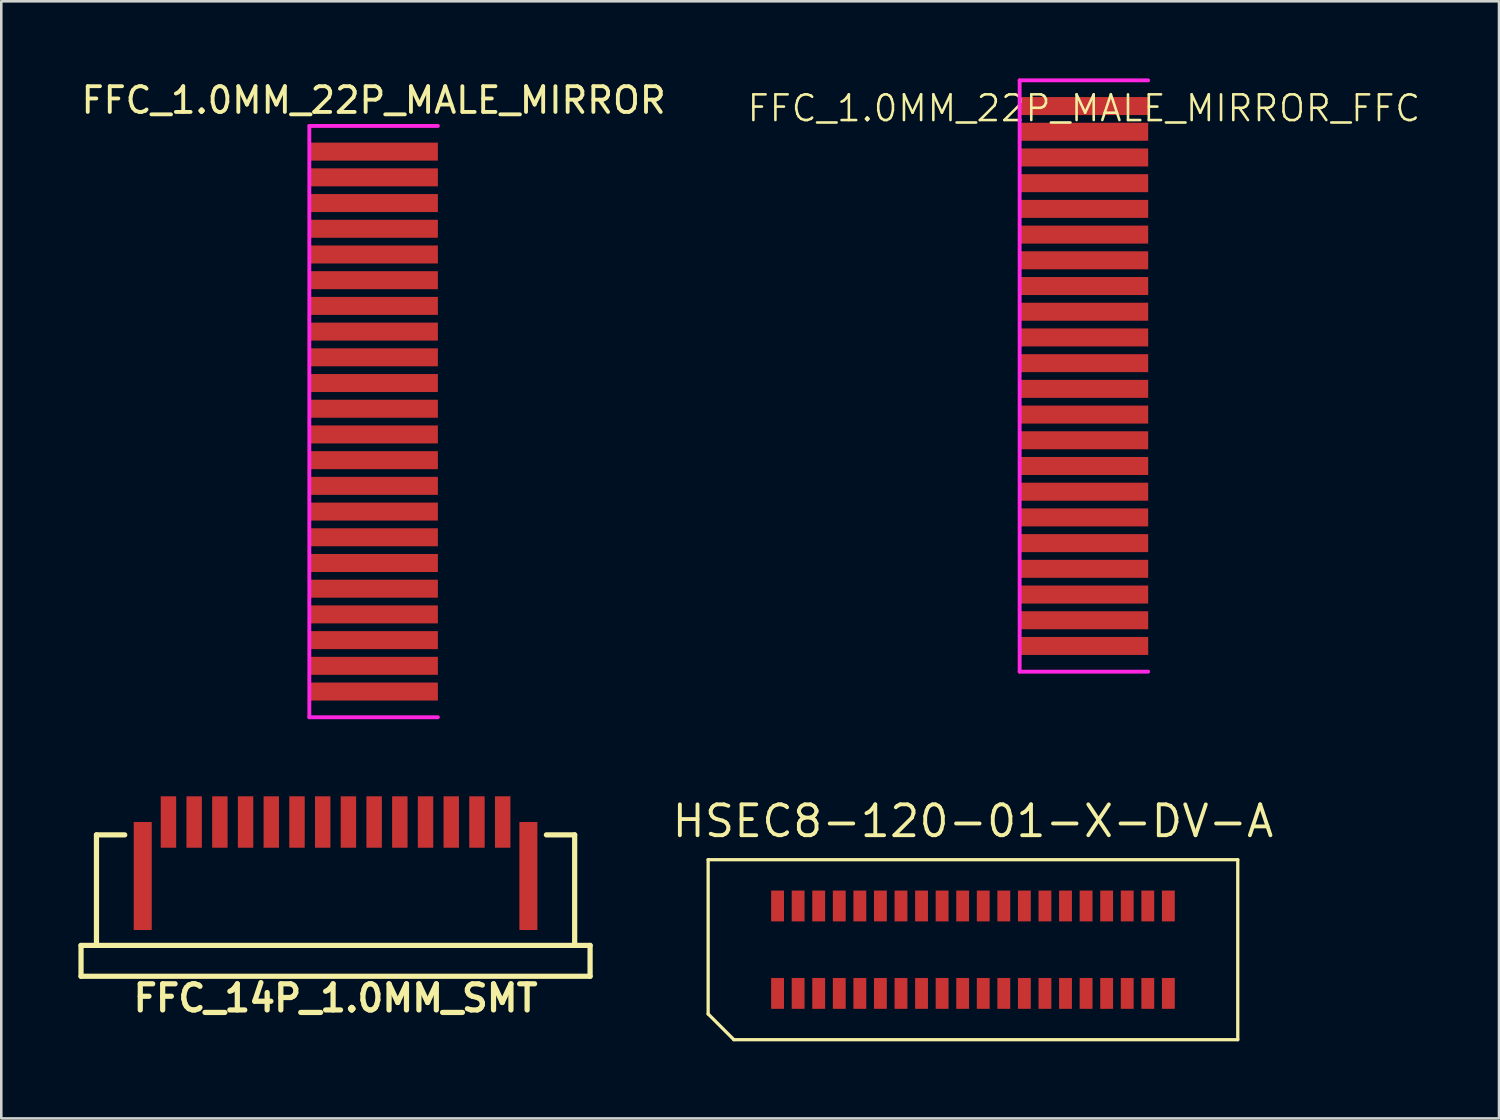
<source format=kicad_pcb>
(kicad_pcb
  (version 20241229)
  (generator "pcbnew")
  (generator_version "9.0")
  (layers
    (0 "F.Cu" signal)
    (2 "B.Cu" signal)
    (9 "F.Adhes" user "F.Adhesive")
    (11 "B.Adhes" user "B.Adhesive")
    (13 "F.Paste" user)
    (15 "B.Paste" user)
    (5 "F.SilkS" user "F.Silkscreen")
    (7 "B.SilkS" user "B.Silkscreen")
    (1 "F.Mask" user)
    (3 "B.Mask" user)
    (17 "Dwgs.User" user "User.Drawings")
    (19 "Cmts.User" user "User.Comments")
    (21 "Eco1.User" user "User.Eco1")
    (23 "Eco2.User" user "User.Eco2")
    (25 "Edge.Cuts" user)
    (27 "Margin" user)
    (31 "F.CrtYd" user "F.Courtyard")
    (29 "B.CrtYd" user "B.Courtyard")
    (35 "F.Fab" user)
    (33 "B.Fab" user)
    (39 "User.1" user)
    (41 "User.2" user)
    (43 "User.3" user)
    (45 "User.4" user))
  (footprint "HSEC8-120-01-X-DV-A"
    (layer "F.Cu")
    (at 34.794 33.889)
    (property "Reference" "HSEC8-120-01-X-DV-A" (at 0 -5 180) (layer "F.SilkS") (effects (font (size 1.2 1.2) (thickness 0.15))))
    (attr through_hole)
    (fp_line (start -10.3 -3.5) (end -10.3 2.5) (stroke (width 0.127) (type solid)) (layer "F.SilkS"))
    (fp_line (start -10.3 -3.5) (end 10.3 -3.5) (stroke (width 0.127) (type solid)) (layer "F.SilkS"))
    (fp_line (start -9.3 3.5) (end -10.3 2.5) (stroke (width 0.127) (type solid)) (layer "F.SilkS"))
    (fp_line (start -9.3 3.5) (end 10.3 3.5) (stroke (width 0.127) (type solid)) (layer "F.SilkS"))
    (fp_line (start 10.3 -3.5) (end 10.3 3.5) (stroke (width 0.127) (type solid)) (layer "F.SilkS"))
    (pad "1" smd rect (at -7.6 1.7) (size 0.5 1.2) (layers "F.Cu" "F.Mask" "F.Paste"))
    (pad "2" smd rect (at -7.6 -1.7) (size 0.5 1.2) (layers "F.Cu" "F.Mask" "F.Paste"))
    (pad "3" smd rect (at -6.8 1.7) (size 0.5 1.2) (layers "F.Cu" "F.Mask" "F.Paste"))
    (pad "4" smd rect (at -6.8 -1.7) (size 0.5 1.2) (layers "F.Cu" "F.Mask" "F.Paste"))
    (pad "5" smd rect (at -6 1.7) (size 0.5 1.2) (layers "F.Cu" "F.Mask" "F.Paste"))
    (pad "6" smd rect (at -6 -1.7) (size 0.5 1.2) (layers "F.Cu" "F.Mask" "F.Paste"))
    (pad "7" smd rect (at -5.2 1.7) (size 0.5 1.2) (layers "F.Cu" "F.Mask" "F.Paste"))
    (pad "8" smd rect (at -5.2 -1.7) (size 0.5 1.2) (layers "F.Cu" "F.Mask" "F.Paste"))
    (pad "9" smd rect (at -4.4 1.7) (size 0.5 1.2) (layers "F.Cu" "F.Mask" "F.Paste"))
    (pad "10" smd rect (at -4.4 -1.7) (size 0.5 1.2) (layers "F.Cu" "F.Mask" "F.Paste"))
    (pad "11" smd rect (at -3.6 1.7) (size 0.5 1.2) (layers "F.Cu" "F.Mask" "F.Paste"))
    (pad "12" smd rect (at -3.6 -1.7) (size 0.5 1.2) (layers "F.Cu" "F.Mask" "F.Paste"))
    (pad "13" smd rect (at -2.8 1.7) (size 0.5 1.2) (layers "F.Cu" "F.Mask" "F.Paste"))
    (pad "14" smd rect (at -2.8 -1.7) (size 0.5 1.2) (layers "F.Cu" "F.Mask" "F.Paste"))
    (pad "15" smd rect (at -2 1.7) (size 0.5 1.2) (layers "F.Cu" "F.Mask" "F.Paste"))
    (pad "16" smd rect (at -2 -1.7) (size 0.5 1.2) (layers "F.Cu" "F.Mask" "F.Paste"))
    (pad "17" smd rect (at -1.2 1.7) (size 0.5 1.2) (layers "F.Cu" "F.Mask" "F.Paste"))
    (pad "18" smd rect (at -1.2 -1.7) (size 0.5 1.2) (layers "F.Cu" "F.Mask" "F.Paste"))
    (pad "19" smd rect (at -0.4 1.7) (size 0.5 1.2) (layers "F.Cu" "F.Mask" "F.Paste"))
    (pad "20" smd rect (at -0.4 -1.7) (size 0.5 1.2) (layers "F.Cu" "F.Mask" "F.Paste"))
    (pad "21" smd rect (at 0.4 1.7) (size 0.5 1.2) (layers "F.Cu" "F.Mask" "F.Paste"))
    (pad "22" smd rect (at 0.4 -1.7) (size 0.5 1.2) (layers "F.Cu" "F.Mask" "F.Paste"))
    (pad "23" smd rect (at 1.2 1.7) (size 0.5 1.2) (layers "F.Cu" "F.Mask" "F.Paste"))
    (pad "24" smd rect (at 1.2 -1.7) (size 0.5 1.2) (layers "F.Cu" "F.Mask" "F.Paste"))
    (pad "25" smd rect (at 2 1.7) (size 0.5 1.2) (layers "F.Cu" "F.Mask" "F.Paste"))
    (pad "26" smd rect (at 2 -1.7) (size 0.5 1.2) (layers "F.Cu" "F.Mask" "F.Paste"))
    (pad "27" smd rect (at 2.8 1.7) (size 0.5 1.2) (layers "F.Cu" "F.Mask" "F.Paste"))
    (pad "28" smd rect (at 2.8 -1.7) (size 0.5 1.2) (layers "F.Cu" "F.Mask" "F.Paste"))
    (pad "29" smd rect (at 3.6 1.7) (size 0.5 1.2) (layers "F.Cu" "F.Mask" "F.Paste"))
    (pad "30" smd rect (at 3.6 -1.7) (size 0.5 1.2) (layers "F.Cu" "F.Mask" "F.Paste"))
    (pad "31" smd rect (at 4.4 1.7) (size 0.5 1.2) (layers "F.Cu" "F.Mask" "F.Paste"))
    (pad "32" smd rect (at 4.4 -1.7) (size 0.5 1.2) (layers "F.Cu" "F.Mask" "F.Paste"))
    (pad "33" smd rect (at 5.2 1.7) (size 0.5 1.2) (layers "F.Cu" "F.Mask" "F.Paste"))
    (pad "34" smd rect (at 5.2 -1.7) (size 0.5 1.2) (layers "F.Cu" "F.Mask" "F.Paste"))
    (pad "35" smd rect (at 6 1.7) (size 0.5 1.2) (layers "F.Cu" "F.Mask" "F.Paste"))
    (pad "36" smd rect (at 6 -1.7) (size 0.5 1.2) (layers "F.Cu" "F.Mask" "F.Paste"))
    (pad "37" smd rect (at 6.8 1.7) (size 0.5 1.2) (layers "F.Cu" "F.Mask" "F.Paste"))
    (pad "38" smd rect (at 6.8 -1.7) (size 0.5 1.2) (layers "F.Cu" "F.Mask" "F.Paste"))
    (pad "39" smd rect (at 7.6 1.7) (size 0.5 1.2) (layers "F.Cu" "F.Mask" "F.Paste"))
    (pad "40" smd rect (at 7.6 -1.7) (size 0.5 1.2) (layers "F.Cu" "F.Mask" "F.Paste")))
  (footprint "FFC_1.0MM_22P_MALE_MIRROR_FFC"
    (layer "F.Cu")
    (at 36.61 11.575)
    (property "Reference" "FFC_1.0MM_22P_MALE_MIRROR_FFC" (at 2.5 -10.413 0) (layer "F.SilkS") (effects (font (size 1 1) (thickness 0.1))))
    (attr through_hole)
    (fp_line (start 0 -11.5) (end 0 11.5) (stroke (width 0.15) (type solid)) (layer "F.CrtYd"))
    (fp_line (start 0 11.5) (end 5 11.5) (stroke (width 0.15) (type solid)) (layer "F.CrtYd"))
    (fp_line (start 5 -11.5) (end 0 -11.5) (stroke (width 0.15) (type solid)) (layer "F.CrtYd"))
    (pad "1" smd rect (at 2.5 -10.5) (size 5 0.7) (layers "F.Cu" "F.Mask"))
    (pad "2" smd rect (at 2.5 -9.5) (size 5 0.7) (layers "F.Cu" "F.Mask"))
    (pad "3" smd rect (at 2.5 -8.5) (size 5 0.7) (layers "F.Cu" "F.Mask"))
    (pad "4" smd rect (at 2.5 -7.5) (size 5 0.7) (layers "F.Cu" "F.Mask"))
    (pad "5" smd rect (at 2.5 -6.5) (size 5 0.7) (layers "F.Cu" "F.Mask"))
    (pad "6" smd rect (at 2.5 -5.5) (size 5 0.7) (layers "F.Cu" "F.Mask"))
    (pad "7" smd rect (at 2.5 -4.5) (size 5 0.7) (layers "F.Cu" "F.Mask"))
    (pad "8" smd rect (at 2.5 -3.5) (size 5 0.7) (layers "F.Cu" "F.Mask"))
    (pad "9" smd rect (at 2.5 -2.5) (size 5 0.7) (layers "F.Cu" "F.Mask"))
    (pad "10" smd rect (at 2.5 -1.5) (size 5 0.7) (layers "F.Cu" "F.Mask"))
    (pad "11" smd rect (at 2.5 -0.5) (size 5 0.7) (layers "F.Cu" "F.Mask"))
    (pad "12" smd rect (at 2.5 0.5) (size 5 0.7) (layers "F.Cu" "F.Mask"))
    (pad "13" smd rect (at 2.5 1.5) (size 5 0.7) (layers "F.Cu" "F.Mask"))
    (pad "14" smd rect (at 2.5 2.5) (size 5 0.7) (layers "F.Cu" "F.Mask"))
    (pad "15" smd rect (at 2.5 3.5) (size 5 0.7) (layers "F.Cu" "F.Mask"))
    (pad "16" smd rect (at 2.5 4.5) (size 5 0.7) (layers "F.Cu" "F.Mask"))
    (pad "17" smd rect (at 2.5 5.5) (size 5 0.7) (layers "F.Cu" "F.Mask"))
    (pad "18" smd rect (at 2.5 6.5) (size 5 0.7) (layers "F.Cu" "F.Mask"))
    (pad "19" smd rect (at 2.5 7.5) (size 5 0.7) (layers "F.Cu" "F.Mask"))
    (pad "20" smd rect (at 2.5 8.5) (size 5 0.7) (layers "F.Cu" "F.Mask"))
    (pad "21" smd rect (at 2.5 9.5) (size 5 0.7) (layers "F.Cu" "F.Mask"))
    (pad "22" smd rect (at 2.5 10.5) (size 5 0.7) (layers "F.Cu" "F.Mask")))
  (footprint "FFC_14P_1.0MM_SMT"
    (layer "F.Cu")
    (at 10.002 29.423)
    (property "Reference" "FFC_14P_1.0MM_SMT" (at 0 6.35 0) (layer "F.SilkS") (effects (font (size 1.016 1.016) (thickness 0.203))))
    (attr through_hole)
    (fp_line (start -9.9 4.3) (end -9.9 5.5) (stroke (width 0.203) (type solid)) (layer "F.SilkS"))
    (fp_line (start -9.9 5.5) (end 9.9 5.5) (stroke (width 0.203) (type solid)) (layer "F.SilkS"))
    (fp_line (start -9.3 0) (end -9.3 4.3) (stroke (width 0.203) (type solid)) (layer "F.SilkS"))
    (fp_line (start -9.3 0) (end -8.2 0) (stroke (width 0.203) (type solid)) (layer "F.SilkS"))
    (fp_line (start 9.3 0) (end 8.2 0) (stroke (width 0.203) (type solid)) (layer "F.SilkS"))
    (fp_line (start 9.3 0) (end 9.3 4.3) (stroke (width 0.203) (type solid)) (layer "F.SilkS"))
    (fp_line (start 9.9 4.3) (end -9.9 4.3) (stroke (width 0.203) (type solid)) (layer "F.SilkS"))
    (fp_line (start 9.9 4.3) (end 9.9 5.5) (stroke (width 0.203) (type solid)) (layer "F.SilkS"))
    (pad "1" smd rect (at 6.5 0) (size 0.6 2) (drill (offset 0 -0.5)) (layers "F.Cu" "F.Mask" "F.Paste"))
    (pad "2" smd rect (at 5.5 -0.5) (size 0.6 2) (layers "F.Cu" "F.Mask" "F.Paste"))
    (pad "3" smd rect (at 4.5 -0.5) (size 0.6 2) (layers "F.Cu" "F.Mask" "F.Paste"))
    (pad "4" smd rect (at 3.5 -0.5) (size 0.6 2) (layers "F.Cu" "F.Mask" "F.Paste"))
    (pad "5" smd rect (at 2.5 -0.5) (size 0.6 2) (layers "F.Cu" "F.Mask" "F.Paste"))
    (pad "6" smd rect (at 1.5 -0.5) (size 0.6 2) (layers "F.Cu" "F.Mask" "F.Paste"))
    (pad "7" smd rect (at 0.5 -0.5) (size 0.6 2) (layers "F.Cu" "F.Mask" "F.Paste"))
    (pad "8" smd rect (at -0.5 -0.5) (size 0.6 2) (layers "F.Cu" "F.Mask" "F.Paste"))
    (pad "9" smd rect (at -1.5 -0.5) (size 0.6 2) (layers "F.Cu" "F.Mask" "F.Paste"))
    (pad "10" smd rect (at -2.5 -0.5) (size 0.6 2) (layers "F.Cu" "F.Mask" "F.Paste"))
    (pad "11" smd rect (at -3.5 -0.5) (size 0.6 2) (layers "F.Cu" "F.Mask" "F.Paste"))
    (pad "12" smd rect (at -4.5 -0.5) (size 0.6 2) (layers "F.Cu" "F.Mask" "F.Paste"))
    (pad "13" smd rect (at -5.5 -0.5) (size 0.6 2) (layers "F.Cu" "F.Mask" "F.Paste"))
    (pad "14" smd rect (at -6.5 -0.5) (size 0.6 2) (layers "F.Cu" "F.Mask" "F.Paste"))
    (pad "15" smd rect (at 7.5 0) (size 0.7 4.2) (drill (offset 0 1.6)) (layers "F.Cu" "F.Mask" "F.Paste"))
    (pad "16" smd rect (at -7.5 0) (size 0.7 4.2) (drill (offset 0 1.6)) (layers "F.Cu" "F.Mask" "F.Paste")))
  (footprint "FFC_1.0MM_22P_MALE_MIRROR"
    (layer "F.Cu")
    (at 8.982 13.348)
    (property "Reference" "FFC_1.0MM_22P_MALE_MIRROR" (at 2.5 -12.5 0) (layer "F.SilkS") (effects (font (size 1 1) (thickness 0.15))))
    (attr through_hole)
    (fp_line (start 0 -11.5) (end 0 11.5) (stroke (width 0.15) (type solid)) (layer "F.CrtYd"))
    (fp_line (start 0 11.5) (end 5 11.5) (stroke (width 0.15) (type solid)) (layer "F.CrtYd"))
    (fp_line (start 5 -11.5) (end 0 -11.5) (stroke (width 0.15) (type solid)) (layer "F.CrtYd"))
    (pad "1" smd rect (at 2.5 -10.5) (size 5 0.7) (layers "F.Cu" "F.Mask"))
    (pad "2" smd rect (at 2.5 -9.5) (size 5 0.7) (layers "F.Cu" "F.Mask"))
    (pad "3" smd rect (at 2.5 -8.5) (size 5 0.7) (layers "F.Cu" "F.Mask"))
    (pad "4" smd rect (at 2.5 -7.5) (size 5 0.7) (layers "F.Cu" "F.Mask"))
    (pad "5" smd rect (at 2.5 -6.5) (size 5 0.7) (layers "F.Cu" "F.Mask"))
    (pad "6" smd rect (at 2.5 -5.5) (size 5 0.7) (layers "F.Cu" "F.Mask"))
    (pad "7" smd rect (at 2.5 -4.5) (size 5 0.7) (layers "F.Cu" "F.Mask"))
    (pad "8" smd rect (at 2.5 -3.5) (size 5 0.7) (layers "F.Cu" "F.Mask"))
    (pad "9" smd rect (at 2.5 -2.5) (size 5 0.7) (layers "F.Cu" "F.Mask"))
    (pad "10" smd rect (at 2.5 -1.5) (size 5 0.7) (layers "F.Cu" "F.Mask"))
    (pad "11" smd rect (at 2.5 -0.5) (size 5 0.7) (layers "F.Cu" "F.Mask"))
    (pad "12" smd rect (at 2.5 0.5) (size 5 0.7) (layers "F.Cu" "F.Mask"))
    (pad "13" smd rect (at 2.5 1.5) (size 5 0.7) (layers "F.Cu" "F.Mask"))
    (pad "14" smd rect (at 2.5 2.5) (size 5 0.7) (layers "F.Cu" "F.Mask"))
    (pad "15" smd rect (at 2.5 3.5) (size 5 0.7) (layers "F.Cu" "F.Mask"))
    (pad "16" smd rect (at 2.5 4.5) (size 5 0.7) (layers "F.Cu" "F.Mask"))
    (pad "17" smd rect (at 2.5 5.5) (size 5 0.7) (layers "F.Cu" "F.Mask"))
    (pad "18" smd rect (at 2.5 6.5) (size 5 0.7) (layers "F.Cu" "F.Mask"))
    (pad "19" smd rect (at 2.5 7.5) (size 5 0.7) (layers "F.Cu" "F.Mask"))
    (pad "20" smd rect (at 2.5 8.5) (size 5 0.7) (layers "F.Cu" "F.Mask"))
    (pad "21" smd rect (at 2.5 9.5) (size 5 0.7) (layers "F.Cu" "F.Mask"))
    (pad "22" smd rect (at 2.5 10.5) (size 5 0.7) (layers "F.Cu" "F.Mask")))
  (gr_rect
    (start -3 -3)
    (end 55.255 40.452)
    (stroke (width 0.1) (type default))
    (fill no)
    (layer "Edge.Cuts")))
</source>
